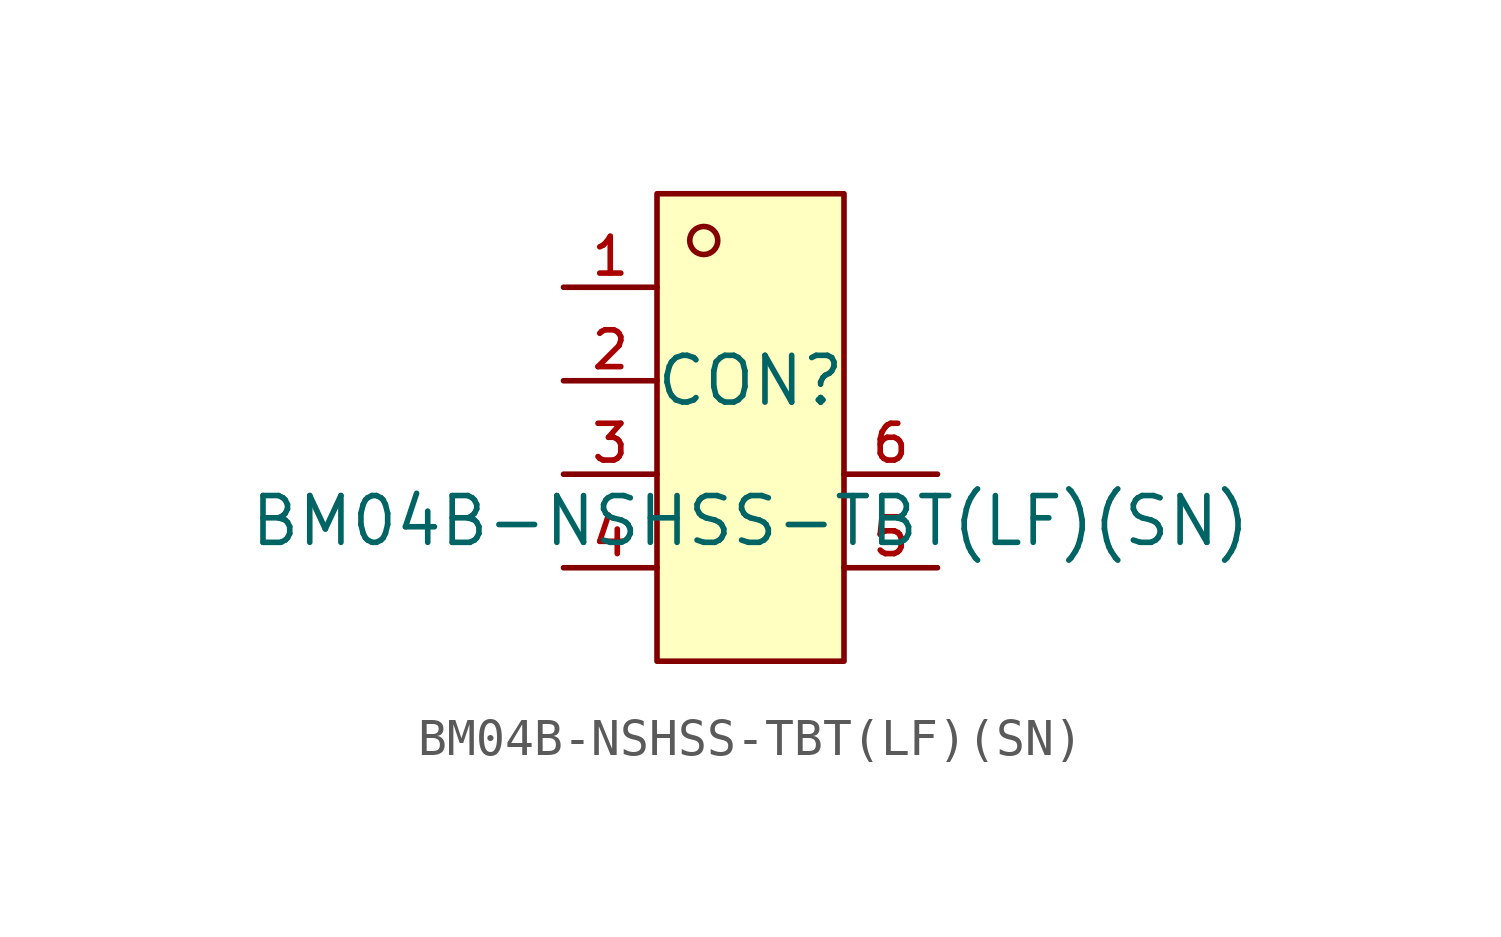
<source format=kicad_sym>
(kicad_symbol_lib
  (version 20210201)
  (generator TousstNicolas/JLC2KiCad_lib)
  (symbol "BM04B-NSHSS-TBT(LF)(SN)"
    (pin_names hide)
    (property "Reference" "CON"
      (at 0 1.27 0)
      (effects (font (size 1.27 1.27))))
    (property "Value" "BM04B-NSHSS-TBT(LF)(SN)"
      (at 0 -2.54 0)
      (effects (font (size 1.27 1.27))))
    (symbol "BM04B-NSHSS-TBT(LF)(SN)_0_1"
      (rectangle (start -2.54 6.35) (end 2.54 -6.35) (stroke (width 0) (type default) (color 0 0 0 0)) (fill (type background)))
      (circle (center -1.27 5.08) (radius 0.381) (stroke (width 0) (type default) (color 0 0 0 0)) (fill (type background)))
      (pin unspecified line (at -5.08 3.81 0) (length 2.54) (name "1" (effects (font (size 1 1)))) (number "1" (effects (font (size 1 1)))))
      (pin unspecified line (at -5.08 1.27 0) (length 2.54) (name "2" (effects (font (size 1 1)))) (number "2" (effects (font (size 1 1)))))
      (pin unspecified line (at -5.08 -1.27 0) (length 2.54) (name "3" (effects (font (size 1 1)))) (number "3" (effects (font (size 1 1)))))
      (pin unspecified line (at -5.08 -3.81 0) (length 2.54) (name "4" (effects (font (size 1 1)))) (number "4" (effects (font (size 1 1)))))
      (pin unspecified line (at 5.08 -3.81 180) (length 2.54) (name "5" (effects (font (size 1 1)))) (number "5" (effects (font (size 1 1)))))
      (pin unspecified line (at 5.08 -1.27 180) (length 2.54) (name "6" (effects (font (size 1 1)))) (number "6" (effects (font (size 1 1))))))))
</source>
